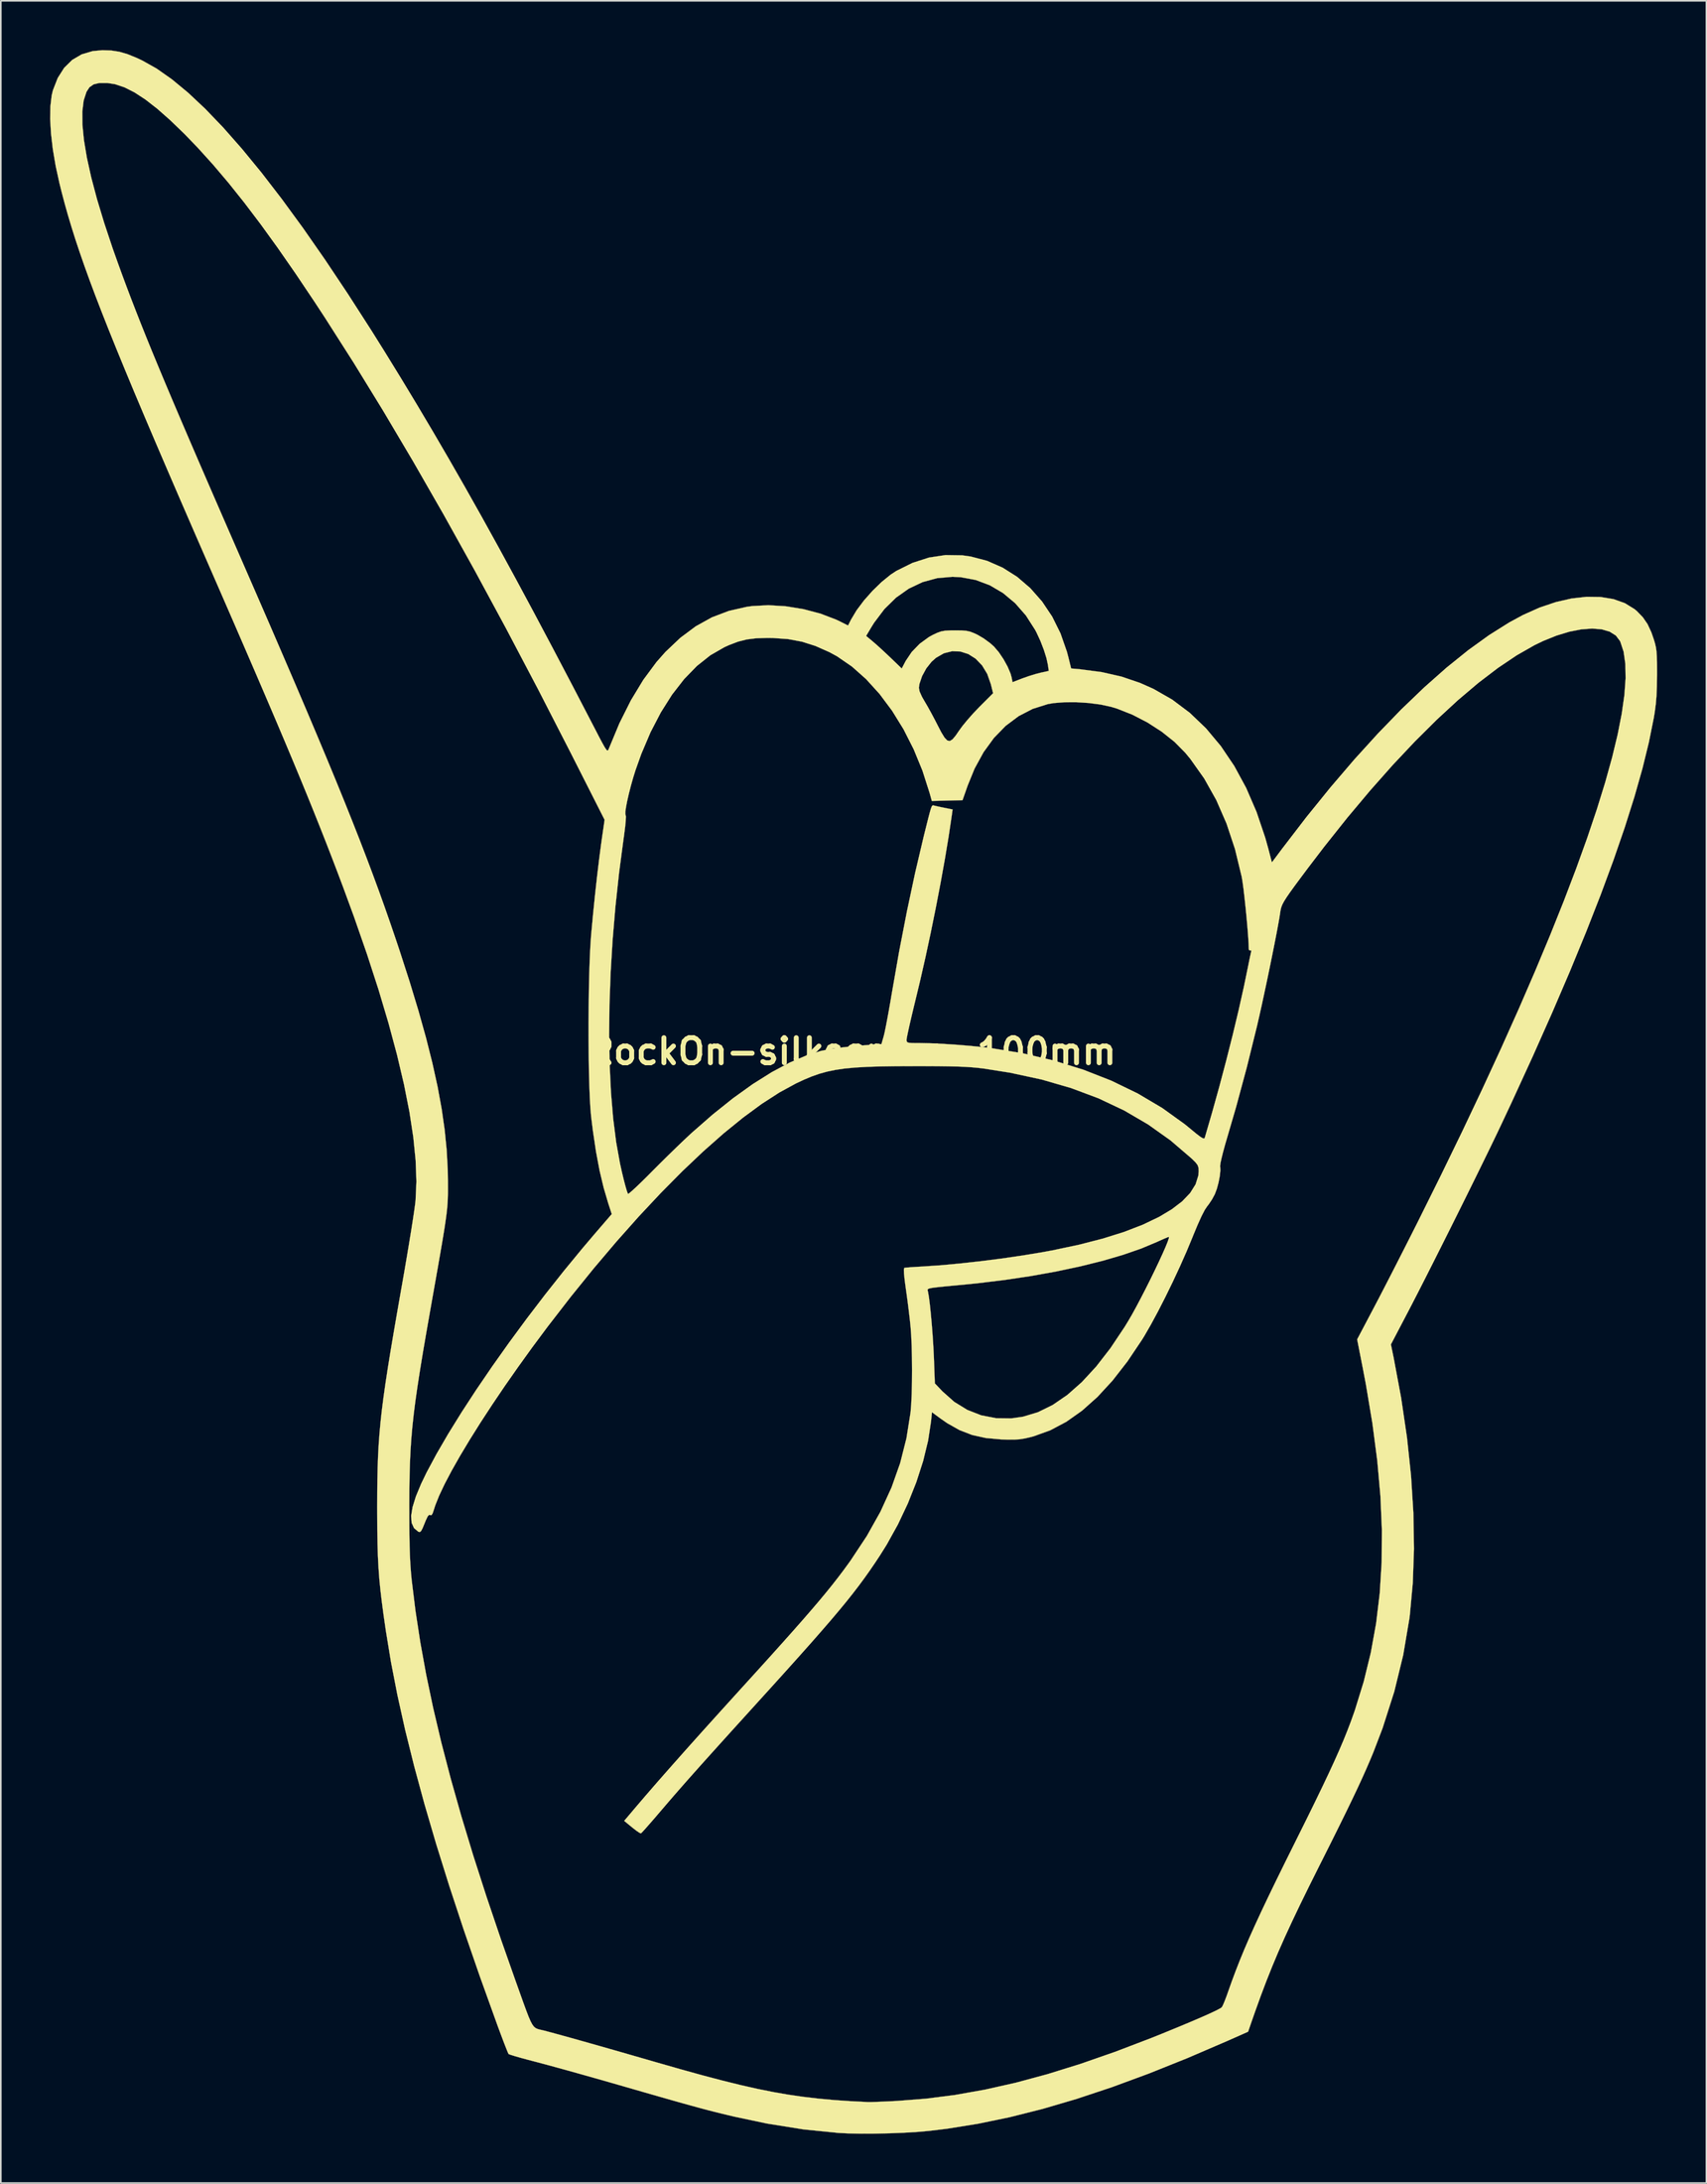
<source format=kicad_pcb>
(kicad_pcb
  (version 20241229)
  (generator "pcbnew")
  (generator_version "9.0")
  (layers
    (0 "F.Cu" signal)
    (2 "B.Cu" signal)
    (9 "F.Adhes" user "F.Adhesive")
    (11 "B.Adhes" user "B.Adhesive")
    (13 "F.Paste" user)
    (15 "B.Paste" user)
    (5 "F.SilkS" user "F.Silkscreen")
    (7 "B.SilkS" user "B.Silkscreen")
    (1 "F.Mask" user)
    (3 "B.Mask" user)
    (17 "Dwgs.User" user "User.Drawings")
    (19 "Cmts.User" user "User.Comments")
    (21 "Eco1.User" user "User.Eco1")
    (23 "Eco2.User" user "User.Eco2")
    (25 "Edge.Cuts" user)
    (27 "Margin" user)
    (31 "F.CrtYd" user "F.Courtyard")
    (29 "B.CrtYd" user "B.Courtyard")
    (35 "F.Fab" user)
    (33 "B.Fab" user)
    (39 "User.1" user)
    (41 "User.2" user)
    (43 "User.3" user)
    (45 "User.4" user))
  (footprint "RockOn-silkscreen-100mm"
    (layer "F.Cu")
    (at 48.82 60.906)
    (property "Reference" "RockOn-silkscreen-100mm" (at 0 0 0) (layer "F.SilkS") (effects (font (size 1.524 1.524) (thickness 0.3))))
    (attr through_hole)
    (fp_poly (pts (xy -45.106 -60.884) (xy -44.615 -60.809) (xy -44.113 -60.663) (xy -43.551 -60.435) (xy -43.222 -60.28) (xy -42.34 -59.786) (xy -41.406 -59.13) (xy -40.42 -58.315) (xy -39.382 -57.34) (xy -38.292 -56.205) (xy -37.152 -54.912) (xy -35.961 -53.461) (xy -34.72 -51.851) (xy -33.429 -50.085) (xy -32.089 -48.161) (xy -30.699 -46.08) (xy -29.26 -43.843) (xy -28.47 -42.581) (xy -27.48 -40.973) (xy -26.502 -39.355) (xy -25.528 -37.715) (xy -24.551 -36.04) (xy -23.564 -34.317) (xy -22.559 -32.532) (xy -21.53 -30.672) (xy -20.468 -28.724) (xy -19.367 -26.676) (xy -18.219 -24.513) (xy -17.016 -22.223) (xy -15.752 -19.792) (xy -15.676 -19.646) (xy -15.415 -19.141) (xy -15.219 -18.771) (xy -15.078 -18.519) (xy -14.98 -18.369) (xy -14.915 -18.305) (xy -14.87 -18.311) (xy -14.835 -18.37) (xy -14.816 -18.418) (xy -14.173 -19.961) (xy -13.474 -21.356) (xy -12.721 -22.599) (xy -11.916 -23.686) (xy -11.374 -24.299) (xy -10.465 -25.16) (xy -10.313 -25.273) (xy 0.841 -25.273) (xy 1.246 -24.936) (xy 1.483 -24.731) (xy 1.792 -24.451) (xy 2.127 -24.139) (xy 2.33 -23.946) (xy 3.009 -23.292) (xy 3.249 -23.75) (xy 3.614 -24.294) (xy 4.099 -24.795) (xy 4.658 -25.204) (xy 4.901 -25.338) (xy 5.182 -25.469) (xy 5.415 -25.55) (xy 5.659 -25.593) (xy 5.972 -25.609) (xy 6.265 -25.612) (xy 6.662 -25.607) (xy 6.948 -25.583) (xy 7.183 -25.53) (xy 7.424 -25.436) (xy 7.63 -25.338) (xy 8.002 -25.119) (xy 8.385 -24.838) (xy 8.623 -24.627) (xy 8.917 -24.282) (xy 9.203 -23.857) (xy 9.452 -23.405) (xy 9.632 -22.982) (xy 9.699 -22.739) (xy 9.751 -22.46) (xy 10.358 -22.694) (xy 10.741 -22.829) (xy 11.145 -22.954) (xy 11.461 -23.036) (xy 11.957 -23.145) (xy 11.907 -23.506) (xy 11.817 -23.923) (xy 11.658 -24.428) (xy 11.451 -24.964) (xy 11.215 -25.475) (xy 11.125 -25.646) (xy 10.564 -26.52) (xy 9.91 -27.267) (xy 9.175 -27.881) (xy 8.371 -28.354) (xy 7.509 -28.678) (xy 6.601 -28.847) (xy 6.096 -28.871) (xy 5.163 -28.789) (xy 4.274 -28.547) (xy 3.437 -28.15) (xy 2.662 -27.603) (xy 1.957 -26.912) (xy 1.33 -26.081) (xy 1.154 -25.799) (xy 0.841 -25.273) (xy -10.313 -25.273) (xy -9.526 -25.86) (xy -8.547 -26.403) (xy -7.516 -26.795) (xy -6.422 -27.044) (xy -6.098 -27.089) (xy -5.104 -27.142) (xy -4.047 -27.078) (xy -2.976 -26.904) (xy -1.938 -26.631) (xy -0.985 -26.267) (xy -0.743 -26.151) (xy -0.258 -25.907) (xy -0.076 -26.268) (xy 0.262 -26.833) (xy 0.709 -27.429) (xy 1.229 -28.016) (xy 1.783 -28.554) (xy 2.335 -29.002) (xy 2.679 -29.228) (xy 3.664 -29.717) (xy 4.662 -30.039) (xy 5.671 -30.192) (xy 6.69 -30.177) (xy 7.197 -30.106) (xy 8.203 -29.842) (xy 9.151 -29.426) (xy 10.032 -28.868) (xy 10.834 -28.179) (xy 11.548 -27.369) (xy 12.164 -26.45) (xy 12.67 -25.43) (xy 13.058 -24.322) (xy 13.143 -24.003) (xy 13.318 -23.294) (xy 13.877 -23.244) (xy 15.181 -23.073) (xy 16.379 -22.801) (xy 17.507 -22.418) (xy 18.33 -22.052) (xy 19.471 -21.399) (xy 20.537 -20.598) (xy 21.524 -19.654) (xy 22.428 -18.574) (xy 23.245 -17.364) (xy 23.97 -16.029) (xy 24.599 -14.574) (xy 25.129 -13.007) (xy 25.306 -12.374) (xy 25.536 -11.498) (xy 26.16 -12.332) (xy 27.633 -14.25) (xy 29.101 -16.062) (xy 30.557 -17.763) (xy 31.997 -19.346) (xy 33.414 -20.808) (xy 34.804 -22.141) (xy 36.161 -23.342) (xy 37.479 -24.404) (xy 38.752 -25.322) (xy 39.975 -26.091) (xy 40.819 -26.548) (xy 41.824 -26.997) (xy 42.813 -27.331) (xy 43.773 -27.551) (xy 44.688 -27.654) (xy 45.543 -27.642) (xy 46.325 -27.513) (xy 47.018 -27.266) (xy 47.609 -26.902) (xy 47.741 -26.791) (xy 48.109 -26.412) (xy 48.396 -25.995) (xy 48.631 -25.491) (xy 48.78 -25.061) (xy 48.853 -24.814) (xy 48.906 -24.584) (xy 48.941 -24.338) (xy 48.962 -24.039) (xy 48.973 -23.655) (xy 48.975 -23.151) (xy 48.975 -22.902) (xy 48.966 -22.215) (xy 48.943 -21.644) (xy 48.901 -21.138) (xy 48.836 -20.642) (xy 48.777 -20.286) (xy 48.48 -18.811) (xy 48.087 -17.21) (xy 47.596 -15.48) (xy 47.008 -13.62) (xy 46.322 -11.631) (xy 45.538 -9.511) (xy 44.655 -7.259) (xy 43.674 -4.875) (xy 42.593 -2.357) (xy 41.413 0.296) (xy 40.134 3.083) (xy 39.535 4.36) (xy 39.226 5.011) (xy 38.851 5.788) (xy 38.421 6.669) (xy 37.95 7.629) (xy 37.448 8.647) (xy 36.927 9.697) (xy 36.399 10.757) (xy 35.875 11.802) (xy 35.368 12.81) (xy 34.889 13.757) (xy 34.45 14.618) (xy 34.062 15.372) (xy 33.822 15.833) (xy 32.779 17.823) (xy 32.945 18.627) (xy 33.403 21.079) (xy 33.757 23.48) (xy 34.005 25.819) (xy 34.147 28.081) (xy 34.183 30.254) (xy 34.111 32.325) (xy 33.931 34.281) (xy 33.904 34.492) (xy 33.528 36.713) (xy 32.985 38.936) (xy 32.275 41.156) (xy 31.711 42.63) (xy 31.503 43.129) (xy 31.278 43.649) (xy 31.03 44.203) (xy 30.75 44.809) (xy 30.431 45.481) (xy 30.066 46.235) (xy 29.647 47.087) (xy 29.167 48.053) (xy 28.618 49.148) (xy 28.425 49.53) (xy 27.8 50.781) (xy 27.247 51.908) (xy 26.756 52.937) (xy 26.316 53.891) (xy 25.917 54.794) (xy 25.549 55.671) (xy 25.2 56.546) (xy 24.86 57.444) (xy 24.519 58.388) (xy 24.289 59.045) (xy 24.088 59.628) (xy 22.86 60.173) (xy 20.4 61.231) (xy 18.051 62.172) (xy 15.804 63) (xy 13.649 63.717) (xy 11.577 64.325) (xy 9.578 64.828) (xy 7.644 65.228) (xy 5.766 65.529) (xy 4.663 65.662) (xy 3.953 65.724) (xy 3.138 65.773) (xy 2.264 65.807) (xy 1.378 65.826) (xy 0.526 65.829) (xy -0.247 65.814) (xy -0.839 65.785) (xy -2.969 65.57) (xy -5.184 65.216) (xy -7.154 64.8) (xy -7.585 64.698) (xy -7.993 64.6) (xy -8.394 64.5) (xy -8.808 64.394) (xy -9.251 64.276) (xy -9.743 64.142) (xy -10.301 63.987) (xy -10.943 63.806) (xy -11.688 63.594) (xy -12.552 63.346) (xy -13.555 63.057) (xy -13.947 62.944) (xy -14.778 62.705) (xy -15.622 62.465) (xy -16.451 62.231) (xy -17.237 62.011) (xy -17.955 61.813) (xy -18.576 61.643) (xy -19.072 61.511) (xy -19.231 61.469) (xy -19.732 61.338) (xy -20.177 61.217) (xy -20.539 61.113) (xy -20.793 61.034) (xy -20.913 60.988) (xy -20.917 60.985) (xy -20.964 60.889) (xy -21.058 60.657) (xy -21.192 60.315) (xy -21.355 59.885) (xy -21.539 59.392) (xy -21.616 59.182) (xy -22.676 56.238) (xy -23.646 53.431) (xy -24.529 50.756) (xy -25.326 48.206) (xy -26.038 45.777) (xy -26.667 43.461) (xy -27.216 41.254) (xy -27.684 39.15) (xy -28.075 37.143) (xy -28.389 35.227) (xy -28.396 35.179) (xy -28.527 34.271) (xy -28.633 33.472) (xy -28.719 32.749) (xy -28.786 32.069) (xy -28.835 31.399) (xy -28.871 30.706) (xy -28.894 29.957) (xy -28.907 29.12) (xy -28.912 28.161) (xy -28.913 27.686) (xy -28.91 26.84) (xy -28.902 26.06) (xy -28.887 25.328) (xy -28.862 24.629) (xy -28.826 23.945) (xy -28.776 23.262) (xy -28.712 22.561) (xy -28.631 21.828) (xy -28.531 21.045) (xy -28.411 20.197) (xy -28.269 19.267) (xy -28.103 18.239) (xy -27.91 17.096) (xy -27.69 15.823) (xy -27.441 14.402) (xy -27.394 14.139) (xy -27.245 13.288) (xy -27.103 12.455) (xy -26.971 11.662) (xy -26.851 10.93) (xy -26.749 10.281) (xy -26.667 9.735) (xy -26.608 9.315) (xy -26.578 9.053) (xy -26.528 7.911) (xy -26.574 6.633) (xy -26.716 5.221) (xy -26.952 3.677) (xy -27.283 2.005) (xy -27.707 0.207) (xy -28.224 -1.715) (xy -28.833 -3.757) (xy -29.535 -5.918) (xy -30.327 -8.194) (xy -30.987 -9.991) (xy -31.329 -10.898) (xy -31.674 -11.8) (xy -32.026 -12.707) (xy -32.39 -13.63) (xy -32.77 -14.581) (xy -33.171 -15.57) (xy -33.597 -16.607) (xy -34.053 -17.704) (xy -34.543 -18.871) (xy -35.072 -20.119) (xy -35.645 -21.46) (xy -36.265 -22.903) (xy -36.938 -24.46) (xy -37.667 -26.141) (xy -38.458 -27.957) (xy -39.116 -29.464) (xy -40.038 -31.578) (xy -40.893 -33.546) (xy -41.683 -35.376) (xy -42.413 -37.075) (xy -43.084 -38.652) (xy -43.701 -40.113) (xy -44.265 -41.468) (xy -44.781 -42.724) (xy -45.251 -43.888) (xy -45.678 -44.969) (xy -46.066 -45.974) (xy -46.417 -46.912) (xy -46.734 -47.789) (xy -47.021 -48.615) (xy -47.281 -49.396) (xy -47.516 -50.141) (xy -47.731 -50.858) (xy -47.927 -51.553) (xy -48.108 -52.236) (xy -48.25 -52.805) (xy -48.481 -53.857) (xy -48.653 -54.873) (xy -48.765 -55.832) (xy -48.815 -56.711) (xy -48.807 -57.179) (xy -46.86 -57.179) (xy -46.855 -56.374) (xy -46.762 -55.435) (xy -46.583 -54.364) (xy -46.318 -53.166) (xy -45.967 -51.844) (xy -45.53 -50.4) (xy -45.01 -48.838) (xy -44.699 -47.964) (xy -44.44 -47.251) (xy -44.174 -46.536) (xy -43.899 -45.809) (xy -43.609 -45.061) (xy -43.302 -44.28) (xy -42.973 -43.458) (xy -42.617 -42.584) (xy -42.23 -41.649) (xy -41.809 -40.641) (xy -41.349 -39.552) (xy -40.846 -38.372) (xy -40.296 -37.09) (xy -39.695 -35.696) (xy -39.038 -34.181) (xy -38.322 -32.535) (xy -37.542 -30.747) (xy -37.277 -30.141) (xy -36.339 -27.991) (xy -35.467 -25.986) (xy -34.659 -24.115) (xy -33.909 -22.371) (xy -33.214 -20.743) (xy -32.571 -19.222) (xy -31.975 -17.799) (xy -31.423 -16.464) (xy -30.911 -15.208) (xy -30.436 -14.021) (xy -29.992 -12.895) (xy -29.578 -11.819) (xy -29.188 -10.785) (xy -28.819 -9.783) (xy -28.467 -8.803) (xy -28.129 -7.837) (xy -27.8 -6.875) (xy -27.553 -6.138) (xy -26.939 -4.239) (xy -26.404 -2.475) (xy -25.944 -0.833) (xy -25.558 0.699) (xy -25.241 2.136) (xy -24.992 3.49) (xy -24.808 4.775) (xy -24.686 6.003) (xy -24.622 7.187) (xy -24.612 7.832) (xy -24.611 8.173) (xy -24.61 8.475) (xy -24.613 8.75) (xy -24.621 9.014) (xy -24.636 9.28) (xy -24.66 9.564) (xy -24.695 9.878) (xy -24.743 10.239) (xy -24.805 10.66) (xy -24.884 11.156) (xy -24.982 11.74) (xy -25.101 12.428) (xy -25.242 13.234) (xy -25.408 14.172) (xy -25.6 15.256) (xy -25.687 15.748) (xy -25.925 17.101) (xy -26.132 18.307) (xy -26.309 19.386) (xy -26.46 20.358) (xy -26.587 21.243) (xy -26.691 22.06) (xy -26.774 22.828) (xy -26.839 23.568) (xy -26.888 24.299) (xy -26.922 25.041) (xy -26.944 25.813) (xy -26.957 26.635) (xy -26.962 27.527) (xy -26.962 27.644) (xy -26.96 28.589) (xy -26.954 29.389) (xy -26.942 30.071) (xy -26.923 30.659) (xy -26.897 31.178) (xy -26.863 31.653) (xy -26.82 32.11) (xy -26.813 32.173) (xy -26.583 34.039) (xy -26.29 35.948) (xy -25.933 37.912) (xy -25.507 39.94) (xy -25.011 42.041) (xy -24.441 44.228) (xy -23.796 46.509) (xy -23.073 48.895) (xy -22.268 51.395) (xy -21.38 54.021) (xy -20.516 56.473) (xy -20.246 57.228) (xy -20.027 57.841) (xy -19.849 58.327) (xy -19.705 58.702) (xy -19.584 58.981) (xy -19.479 59.18) (xy -19.38 59.316) (xy -19.278 59.403) (xy -19.166 59.458) (xy -19.033 59.496) (xy -18.871 59.533) (xy -18.789 59.553) (xy -18.391 59.657) (xy -17.845 59.806) (xy -17.164 59.994) (xy -16.362 60.219) (xy -15.451 60.477) (xy -14.447 60.763) (xy -13.362 61.075) (xy -12.21 61.407) (xy -11.896 61.498) (xy -10.434 61.916) (xy -9.112 62.282) (xy -7.909 62.599) (xy -6.804 62.872) (xy -5.778 63.104) (xy -4.809 63.299) (xy -3.877 63.461) (xy -2.962 63.593) (xy -2.044 63.7) (xy -1.102 63.786) (xy -0.115 63.853) (xy 0.937 63.907) (xy 0.974 63.908) (xy 1.14 63.907) (xy 1.442 63.898) (xy 1.846 63.882) (xy 2.32 63.86) (xy 2.73 63.839) (xy 4.482 63.702) (xy 6.258 63.475) (xy 8.074 63.152) (xy 9.943 62.732) (xy 11.877 62.21) (xy 13.891 61.584) (xy 15.998 60.85) (xy 18.211 60.005) (xy 18.851 59.748) (xy 19.768 59.372) (xy 20.564 59.04) (xy 21.232 58.754) (xy 21.766 58.517) (xy 22.158 58.332) (xy 22.404 58.201) (xy 22.487 58.141) (xy 22.553 58.021) (xy 22.656 57.78) (xy 22.779 57.458) (xy 22.858 57.235) (xy 23.09 56.581) (xy 23.329 55.94) (xy 23.582 55.293) (xy 23.856 54.627) (xy 24.159 53.923) (xy 24.498 53.168) (xy 24.879 52.344) (xy 25.31 51.436) (xy 25.799 50.427) (xy 26.352 49.303) (xy 26.977 48.046) (xy 27.039 47.921) (xy 27.629 46.735) (xy 28.147 45.682) (xy 28.599 44.748) (xy 28.994 43.917) (xy 29.337 43.174) (xy 29.637 42.502) (xy 29.899 41.887) (xy 30.131 41.312) (xy 30.341 40.763) (xy 30.534 40.223) (xy 30.595 40.047) (xy 31.127 38.325) (xy 31.555 36.576) (xy 31.879 34.79) (xy 32.1 32.954) (xy 32.217 31.058) (xy 32.23 29.089) (xy 32.141 27.036) (xy 31.949 24.888) (xy 31.655 22.632) (xy 31.258 20.258) (xy 31.063 19.235) (xy 30.725 17.516) (xy 31.761 15.552) (xy 32.036 15.028) (xy 32.37 14.383) (xy 32.749 13.647) (xy 33.157 12.85) (xy 33.578 12.023) (xy 33.998 11.195) (xy 34.4 10.399) (xy 34.456 10.287) (xy 35.826 7.529) (xy 37.123 4.86) (xy 38.345 2.281) (xy 39.492 -0.204) (xy 40.562 -2.592) (xy 41.554 -4.881) (xy 42.468 -7.068) (xy 43.302 -9.15) (xy 44.055 -11.124) (xy 44.727 -12.988) (xy 45.316 -14.738) (xy 45.822 -16.371) (xy 46.243 -17.886) (xy 46.579 -19.279) (xy 46.828 -20.547) (xy 46.99 -21.688) (xy 47.063 -22.698) (xy 47.047 -23.575) (xy 46.941 -24.316) (xy 46.743 -24.918) (xy 46.722 -24.963) (xy 46.47 -25.297) (xy 46.094 -25.534) (xy 45.608 -25.676) (xy 45.028 -25.722) (xy 44.367 -25.674) (xy 43.64 -25.532) (xy 42.862 -25.296) (xy 42.048 -24.968) (xy 41.524 -24.716) (xy 40.44 -24.098) (xy 39.296 -23.329) (xy 38.099 -22.416) (xy 36.855 -21.363) (xy 35.569 -20.177) (xy 34.247 -18.863) (xy 32.895 -17.428) (xy 31.519 -15.876) (xy 30.124 -14.215) (xy 28.717 -12.448) (xy 27.714 -11.134) (xy 27.266 -10.535) (xy 26.909 -10.053) (xy 26.633 -9.671) (xy 26.426 -9.37) (xy 26.277 -9.134) (xy 26.176 -8.944) (xy 26.111 -8.782) (xy 26.071 -8.631) (xy 26.045 -8.474) (xy 26.042 -8.453) (xy 25.996 -8.154) (xy 25.918 -7.714) (xy 25.814 -7.159) (xy 25.688 -6.514) (xy 25.546 -5.805) (xy 25.393 -5.055) (xy 25.234 -4.29) (xy 25.073 -3.536) (xy 24.918 -2.817) (xy 24.771 -2.159) (xy 24.639 -1.586) (xy 24.635 -1.567) (xy 24.009 0.966) (xy 23.358 3.377) (xy 22.85 5.116) (xy 22.696 5.641) (xy 22.566 6.115) (xy 22.467 6.512) (xy 22.404 6.805) (xy 22.385 6.969) (xy 22.387 6.984) (xy 22.401 7.225) (xy 22.366 7.569) (xy 22.291 7.963) (xy 22.187 8.352) (xy 22.064 8.682) (xy 21.895 8.996) (xy 21.692 9.301) (xy 21.602 9.414) (xy 21.452 9.637) (xy 21.255 10.017) (xy 21.017 10.544) (xy 20.738 11.213) (xy 20.698 11.315) (xy 20.342 12.17) (xy 19.938 13.082) (xy 19.502 14.017) (xy 19.051 14.941) (xy 18.602 15.819) (xy 18.17 16.619) (xy 17.774 17.306) (xy 17.638 17.526) (xy 16.745 18.856) (xy 15.84 20.018) (xy 14.919 21.017) (xy 13.981 21.853) (xy 13.023 22.529) (xy 12.042 23.048) (xy 11.035 23.411) (xy 10.84 23.463) (xy 10.491 23.543) (xy 10.177 23.592) (xy 9.843 23.613) (xy 9.435 23.612) (xy 9.062 23.6) (xy 8.127 23.515) (xy 7.297 23.332) (xy 6.528 23.036) (xy 5.778 22.613) (xy 5.366 22.327) (xy 4.848 21.945) (xy 4.791 22.508) (xy 4.613 23.675) (xy 4.311 24.915) (xy 3.897 26.197) (xy 3.382 27.491) (xy 2.778 28.769) (xy 2.096 29.998) (xy 1.688 30.649) (xy 1.372 31.126) (xy 1.058 31.585) (xy 0.736 32.038) (xy 0.398 32.495) (xy 0.035 32.968) (xy -0.363 33.468) (xy -0.806 34.005) (xy -1.301 34.591) (xy -1.859 35.236) (xy -2.487 35.952) (xy -3.197 36.75) (xy -3.996 37.64) (xy -4.894 38.634) (xy -5.715 39.538) (xy -6.585 40.497) (xy -7.353 41.343) (xy -8.029 42.091) (xy -8.626 42.753) (xy -9.155 43.342) (xy -9.627 43.871) (xy -10.055 44.353) (xy -10.449 44.801) (xy -10.822 45.228) (xy -11.185 45.648) (xy -11.549 46.073) (xy -11.718 46.27) (xy -12.053 46.662) (xy -12.353 47.006) (xy -12.599 47.285) (xy -12.774 47.477) (xy -12.86 47.562) (xy -12.864 47.564) (xy -12.956 47.526) (xy -13.139 47.403) (xy -13.375 47.22) (xy -13.405 47.195) (xy -13.882 46.803) (xy -13.228 46.029) (xy -12.604 45.299) (xy -11.874 44.457) (xy -11.045 43.515) (xy -10.129 42.482) (xy -9.134 41.371) (xy -8.069 40.191) (xy -6.946 38.953) (xy -6.902 38.904) (xy -5.93 37.835) (xy -5.064 36.879) (xy -4.296 36.025) (xy -3.616 35.263) (xy -3.015 34.581) (xy -2.484 33.969) (xy -2.013 33.417) (xy -1.594 32.913) (xy -1.217 32.447) (xy -0.874 32.008) (xy -0.554 31.586) (xy -0.249 31.169) (xy -0.103 30.966) (xy 0.886 29.472) (xy 1.714 27.995) (xy 2.388 26.523) (xy 2.914 25.039) (xy 3.296 23.53) (xy 3.542 21.98) (xy 3.55 21.911) (xy 3.588 21.434) (xy 3.616 20.829) (xy 3.632 20.135) (xy 3.637 19.393) (xy 3.631 18.643) (xy 3.614 17.925) (xy 3.586 17.28) (xy 3.549 16.77) (xy 3.502 16.316) (xy 3.436 15.76) (xy 3.361 15.166) (xy 3.283 14.599) (xy 3.271 14.515) (xy 4.581 14.515) (xy 4.593 14.571) (xy 4.609 14.633) (xy 4.663 14.949) (xy 4.72 15.4) (xy 4.778 15.953) (xy 4.834 16.573) (xy 4.885 17.226) (xy 4.928 17.878) (xy 4.96 18.496) (xy 4.967 18.669) (xy 5.024 20.193) (xy 5.489 20.681) (xy 6.206 21.317) (xy 6.996 21.803) (xy 7.844 22.134) (xy 8.74 22.308) (xy 9.671 22.32) (xy 10.393 22.218) (xy 11.298 21.946) (xy 12.196 21.504) (xy 13.087 20.894) (xy 13.969 20.115) (xy 14.844 19.167) (xy 15.71 18.051) (xy 16.568 16.767) (xy 16.789 16.406) (xy 17.019 16.012) (xy 17.277 15.542) (xy 17.554 15.019) (xy 17.841 14.462) (xy 18.127 13.893) (xy 18.402 13.331) (xy 18.656 12.798) (xy 18.879 12.314) (xy 19.062 11.899) (xy 19.193 11.575) (xy 19.265 11.362) (xy 19.269 11.282) (xy 19.188 11.305) (xy 18.989 11.387) (xy 18.706 11.512) (xy 18.534 11.591) (xy 17.577 11.992) (xy 16.467 12.376) (xy 15.224 12.739) (xy 13.863 13.077) (xy 12.403 13.387) (xy 10.86 13.664) (xy 9.251 13.904) (xy 7.594 14.105) (xy 6.858 14.179) (xy 6.174 14.243) (xy 5.639 14.294) (xy 5.238 14.335) (xy 4.95 14.369) (xy 4.759 14.4) (xy 4.645 14.433) (xy 4.592 14.469) (xy 4.581 14.515) (xy 3.271 14.515) (xy 3.268 14.497) (xy 3.191 13.93) (xy 3.148 13.522) (xy 3.139 13.27) (xy 3.163 13.167) (xy 3.168 13.164) (xy 3.285 13.149) (xy 3.534 13.129) (xy 3.876 13.106) (xy 4.233 13.086) (xy 5.329 13.012) (xy 6.54 12.901) (xy 7.819 12.76) (xy 9.117 12.594) (xy 10.385 12.409) (xy 11.575 12.212) (xy 12.192 12.098) (xy 13.802 11.757) (xy 15.25 11.384) (xy 16.542 10.979) (xy 17.681 10.539) (xy 18.673 10.064) (xy 19.442 9.604) (xy 20.078 9.118) (xy 20.563 8.609) (xy 20.892 8.084) (xy 21.059 7.55) (xy 21.08 7.289) (xy 21.07 7.082) (xy 21.018 6.921) (xy 20.898 6.757) (xy 20.68 6.54) (xy 20.637 6.501) (xy 19.365 5.411) (xy 18.002 4.442) (xy 16.543 3.59) (xy 14.981 2.852) (xy 13.308 2.226) (xy 11.518 1.708) (xy 9.603 1.295) (xy 8.001 1.042) (xy 7.652 1) (xy 7.285 0.966) (xy 6.877 0.939) (xy 6.405 0.92) (xy 5.846 0.907) (xy 5.177 0.898) (xy 4.376 0.894) (xy 3.81 0.894) (xy 2.694 0.898) (xy 1.727 0.912) (xy 0.891 0.939) (xy 0.165 0.981) (xy -0.468 1.041) (xy -1.029 1.123) (xy -1.538 1.229) (xy -2.013 1.361) (xy -2.473 1.523) (xy -2.939 1.718) (xy -3.429 1.947) (xy -4.433 2.494) (xy -5.505 3.186) (xy -6.638 4.018) (xy -7.826 4.982) (xy -9.062 6.073) (xy -10.34 7.284) (xy -11.652 8.608) (xy -12.994 10.04) (xy -14.357 11.572) (xy -15.736 13.198) (xy -17.124 14.912) (xy -18.514 16.707) (xy -18.589 16.806) (xy -19.477 17.999) (xy -20.332 19.186) (xy -21.149 20.353) (xy -21.918 21.491) (xy -22.634 22.586) (xy -23.288 23.628) (xy -23.874 24.604) (xy -24.383 25.502) (xy -24.809 26.311) (xy -25.144 27.019) (xy -25.382 27.614) (xy -25.452 27.834) (xy -25.539 28.094) (xy -25.612 28.209) (xy -25.685 28.203) (xy -25.69 28.199) (xy -25.762 28.19) (xy -25.846 28.292) (xy -25.957 28.525) (xy -26.029 28.702) (xy -26.152 29.002) (xy -26.242 29.17) (xy -26.318 29.233) (xy -26.402 29.217) (xy -26.419 29.208) (xy -26.675 28.992) (xy -26.818 28.673) (xy -26.847 28.249) (xy -26.761 27.717) (xy -26.561 27.071) (xy -26.245 26.31) (xy -25.908 25.612) (xy -25.305 24.488) (xy -24.593 23.264) (xy -23.783 21.957) (xy -22.888 20.585) (xy -21.919 19.165) (xy -20.889 17.714) (xy -19.81 16.249) (xy -18.694 14.789) (xy -17.553 13.35) (xy -16.4 11.949) (xy -15.692 11.116) (xy -14.638 9.893) (xy -14.851 9.243) (xy -15.132 8.289) (xy -15.38 7.248) (xy -15.597 6.097) (xy -15.788 4.813) (xy -15.895 3.951) (xy -15.938 3.459) (xy -15.975 2.822) (xy -16.004 2.063) (xy -16.027 1.208) (xy -16.042 0.278) (xy -16.05 -0.701) (xy -16.05 -0.981) (xy -14.799 -0.981) (xy -14.768 0.81) (xy -14.686 2.502) (xy -14.554 4.079) (xy -14.37 5.528) (xy -14.135 6.83) (xy -14.133 6.836) (xy -14.023 7.33) (xy -13.912 7.792) (xy -13.808 8.189) (xy -13.72 8.488) (xy -13.657 8.658) (xy -13.652 8.667) (xy -13.583 8.63) (xy -13.414 8.488) (xy -13.16 8.255) (xy -12.838 7.947) (xy -12.466 7.58) (xy -12.2 7.312) (xy -11.725 6.836) (xy -11.216 6.333) (xy -10.709 5.84) (xy -10.241 5.391) (xy -9.847 5.022) (xy -9.777 4.958) (xy -8.497 3.838) (xy -7.254 2.845) (xy -6.053 1.984) (xy -4.9 1.26) (xy -3.804 0.675) (xy -2.769 0.235) (xy -1.905 -0.031) (xy -1.414 -0.131) (xy -0.776 -0.224) (xy -0.016 -0.309) (xy 0.843 -0.381) (xy 0.95 -0.389) (xy 1.773 -0.446) (xy 1.911 -0.922) (xy 1.963 -1.135) (xy 2.036 -1.488) (xy 2.125 -1.95) (xy 2.225 -2.494) (xy 2.33 -3.091) (xy 2.416 -3.598) (xy 2.853 -6.09) (xy 3.324 -8.516) (xy 3.82 -10.843) (xy 4.336 -13.036) (xy 4.368 -13.166) (xy 4.516 -13.759) (xy 4.629 -14.208) (xy 4.714 -14.532) (xy 4.778 -14.751) (xy 4.827 -14.883) (xy 4.868 -14.949) (xy 4.908 -14.969) (xy 4.954 -14.961) (xy 4.979 -14.954) (xy 5.138 -14.916) (xy 5.398 -14.86) (xy 5.613 -14.816) (xy 6.104 -14.718) (xy 6.049 -14.323) (xy 5.864 -13.083) (xy 5.637 -11.718) (xy 5.375 -10.265) (xy 5.086 -8.761) (xy 4.778 -7.244) (xy 4.457 -5.75) (xy 4.131 -4.317) (xy 3.892 -3.323) (xy 3.741 -2.702) (xy 3.604 -2.127) (xy 3.486 -1.619) (xy 3.394 -1.203) (xy 3.331 -0.9) (xy 3.303 -0.734) (xy 3.302 -0.719) (xy 3.307 -0.622) (xy 3.345 -0.561) (xy 3.445 -0.526) (xy 3.64 -0.511) (xy 3.96 -0.507) (xy 4.128 -0.507) (xy 4.775 -0.494) (xy 5.537 -0.459) (xy 6.361 -0.405) (xy 7.195 -0.336) (xy 7.987 -0.256) (xy 8.42 -0.205) (xy 10.372 0.113) (xy 12.254 0.552) (xy 14.056 1.11) (xy 15.766 1.78) (xy 17.372 2.559) (xy 18.863 3.442) (xy 20.228 4.424) (xy 20.598 4.726) (xy 20.946 5.013) (xy 21.188 5.196) (xy 21.341 5.287) (xy 21.423 5.296) (xy 21.447 5.263) (xy 21.895 3.728) (xy 22.335 2.148) (xy 22.756 0.559) (xy 23.152 -1.006) (xy 23.513 -2.513) (xy 23.83 -3.928) (xy 24.085 -5.165) (xy 24.155 -5.512) (xy 24.217 -5.81) (xy 24.262 -6.008) (xy 24.272 -6.043) (xy 24.277 -6.153) (xy 24.224 -6.144) (xy 24.146 -6.159) (xy 24.129 -6.239) (xy 24.118 -6.566) (xy 24.09 -7.02) (xy 24.047 -7.562) (xy 23.994 -8.157) (xy 23.934 -8.767) (xy 23.871 -9.356) (xy 23.809 -9.886) (xy 23.75 -10.32) (xy 23.7 -10.62) (xy 23.292 -12.304) (xy 22.776 -13.859) (xy 22.152 -15.29) (xy 21.417 -16.601) (xy 20.57 -17.796) (xy 20.254 -18.178) (xy 19.608 -18.831) (xy 18.831 -19.449) (xy 17.964 -20.008) (xy 17.046 -20.483) (xy 16.115 -20.851) (xy 15.748 -20.962) (xy 15.108 -21.101) (xy 14.386 -21.195) (xy 13.635 -21.243) (xy 12.906 -21.241) (xy 12.252 -21.189) (xy 11.901 -21.128) (xy 10.98 -20.838) (xy 10.123 -20.395) (xy 9.334 -19.804) (xy 8.621 -19.072) (xy 7.989 -18.204) (xy 7.443 -17.207) (xy 7.022 -16.176) (xy 6.708 -15.282) (xy 4.84 -15.235) (xy 4.704 -15.724) (xy 4.268 -17.083) (xy 3.736 -18.378) (xy 3.118 -19.596) (xy 2.422 -20.722) (xy 1.66 -21.743) (xy 1.318 -22.12) (xy 4.051 -22.12) (xy 4.094 -21.898) (xy 4.237 -21.577) (xy 4.388 -21.314) (xy 4.58 -20.987) (xy 4.81 -20.571) (xy 5.044 -20.13) (xy 5.175 -19.874) (xy 5.418 -19.406) (xy 5.613 -19.088) (xy 5.779 -18.915) (xy 5.935 -18.881) (xy 6.099 -18.981) (xy 6.291 -19.21) (xy 6.485 -19.494) (xy 6.704 -19.795) (xy 7.008 -20.165) (xy 7.356 -20.559) (xy 7.711 -20.931) (xy 7.728 -20.948) (xy 8.569 -21.788) (xy 8.433 -22.338) (xy 8.212 -22.964) (xy 7.898 -23.483) (xy 7.508 -23.888) (xy 7.062 -24.171) (xy 6.579 -24.325) (xy 6.078 -24.344) (xy 5.577 -24.22) (xy 5.097 -23.946) (xy 4.822 -23.702) (xy 4.502 -23.298) (xy 4.247 -22.83) (xy 4.087 -22.36) (xy 4.051 -22.12) (xy 1.318 -22.12) (xy 0.841 -22.645) (xy -0.025 -23.414) (xy -0.929 -24.035) (xy -1.392 -24.287) (xy -2.244 -24.664) (xy -3.064 -24.924) (xy -3.908 -25.082) (xy -4.83 -25.148) (xy -5.165 -25.153) (xy -5.842 -25.132) (xy -6.416 -25.062) (xy -6.949 -24.928) (xy -7.503 -24.717) (xy -7.789 -24.587) (xy -8.64 -24.097) (xy -9.457 -23.447) (xy -10.235 -22.647) (xy -10.969 -21.703) (xy -11.651 -20.624) (xy -12.278 -19.418) (xy -12.842 -18.093) (xy -13.195 -17.103) (xy -13.339 -16.642) (xy -13.475 -16.159) (xy -13.597 -15.683) (xy -13.698 -15.242) (xy -13.771 -14.865) (xy -13.812 -14.581) (xy -13.812 -14.418) (xy -13.798 -14.392) (xy -13.778 -14.289) (xy -13.788 -14.033) (xy -13.827 -13.637) (xy -13.894 -13.115) (xy -13.924 -12.907) (xy -14.195 -10.857) (xy -14.416 -8.81) (xy -14.587 -6.784) (xy -14.708 -4.793) (xy -14.779 -2.853) (xy -14.799 -0.981) (xy -16.05 -0.981) (xy -16.051 -1.705) (xy -16.044 -2.711) (xy -16.031 -3.695) (xy -16.011 -4.632) (xy -15.983 -5.5) (xy -15.948 -6.273) (xy -15.906 -6.928) (xy -15.891 -7.112) (xy -15.782 -8.286) (xy -15.663 -9.464) (xy -15.537 -10.607) (xy -15.409 -11.676) (xy -15.284 -12.63) (xy -15.239 -12.95) (xy -15.074 -14.088) (xy -17.136 -18.157) (xy -19.119 -22.02) (xy -21.071 -25.728) (xy -22.992 -29.279) (xy -24.881 -32.673) (xy -26.737 -35.907) (xy -28.559 -38.981) (xy -30.347 -41.892) (xy -32.1 -44.64) (xy -32.725 -45.593) (xy -33.876 -47.308) (xy -34.967 -48.878) (xy -36.007 -50.317) (xy -37.006 -51.634) (xy -37.971 -52.842) (xy -38.913 -53.952) (xy -39.838 -54.974) (xy -40.638 -55.802) (xy -41.506 -56.641) (xy -42.298 -57.34) (xy -43.021 -57.903) (xy -43.685 -58.336) (xy -44.298 -58.645) (xy -44.868 -58.835) (xy -45.345 -58.909) (xy -45.822 -58.908) (xy -46.172 -58.825) (xy -46.426 -58.648) (xy -46.605 -58.374) (xy -46.777 -57.847) (xy -46.86 -57.179) (xy -48.807 -57.179) (xy -48.802 -57.49) (xy -48.725 -58.147) (xy -48.65 -58.462) (xy -48.356 -59.214) (xy -47.964 -59.831) (xy -47.476 -60.311) (xy -46.895 -60.651) (xy -46.225 -60.848) (xy -45.635 -60.901) (xy -45.106 -60.884)) (stroke (width 0.01) (type solid)) (fill yes) (layer "F.SilkS")))
  (gr_rect
    (start -3 -3)
    (end 100.8 129.74)
    (stroke (width 0.1) (type default))
    (fill no)
    (layer "Edge.Cuts")))
</source>
